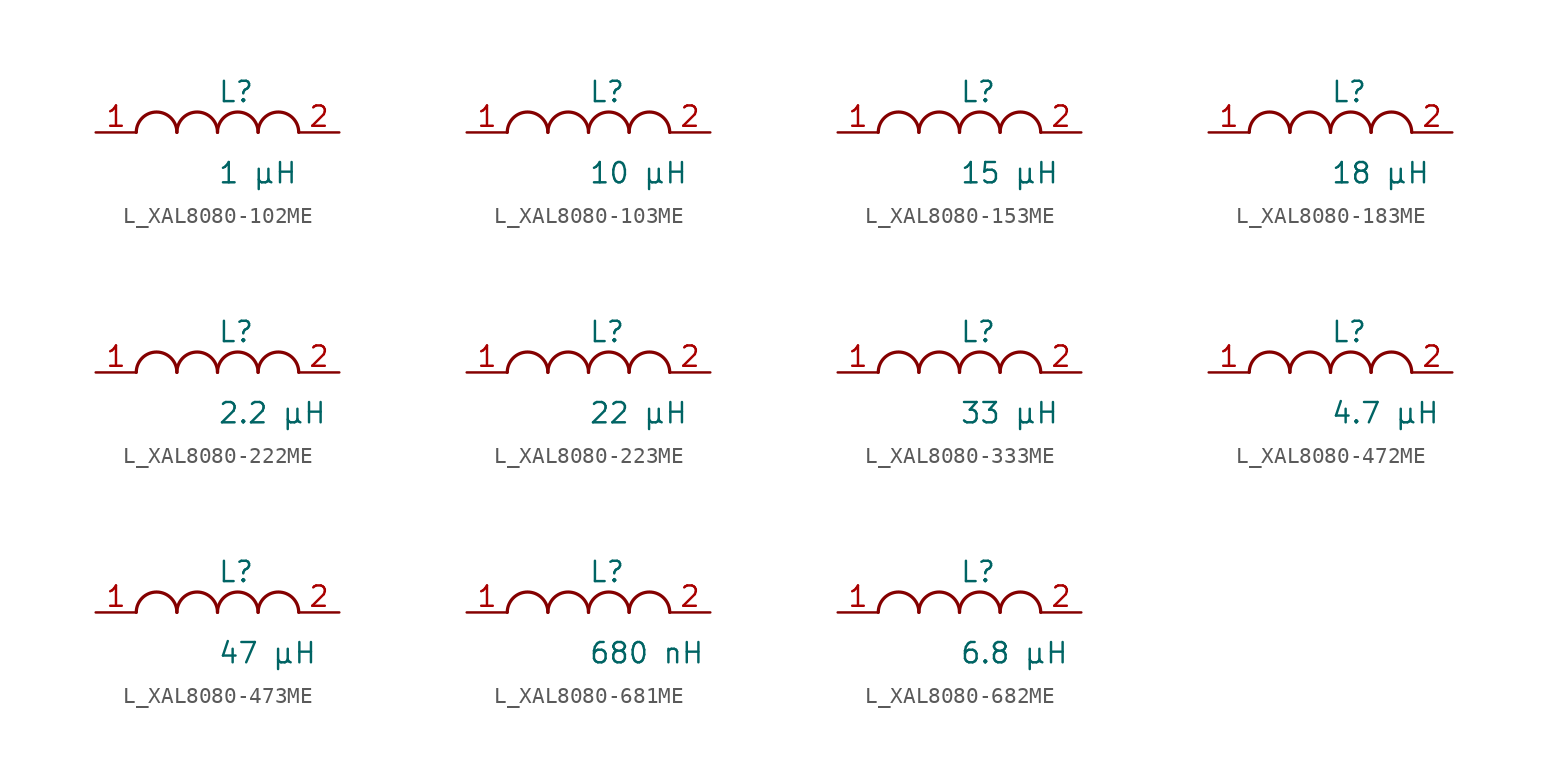
<source format=kicad_sym>
(kicad_symbol_lib
  (version 20231120)
  (generator "kicad_symbol_editor")
  (generator_version "8.0")
  (symbol "L_XAL8080-102ME"
    (pin_names
      (offset 0.254))
    (property "Value" "1 µH"
      (at 0 -2.54 0)
      (effects (font (size 1.27 1.27)) (justify left)))
    (property "Reference" "L"
      (at 0 2.54 0)
      (effects (font (size 1.27 1.27)) (justify left)))
    (symbol "L_XAL8080-102ME_1_1"
      (arc (start -2.54 0.0056) (mid -3.81 1.27) (end -5.08 0.0056) (stroke (width 0.2032) (type default)) (fill (type none)))
      (arc (start 0 0.0056) (mid -1.27 1.27) (end -2.54 0.0056) (stroke (width 0.2032) (type default)) (fill (type none)))
      (arc (start 2.54 0.0056) (mid 1.27 1.27) (end 0 0.0056) (stroke (width 0.2032) (type default)) (fill (type none)))
      (arc (start 5.08 0.0056) (mid 3.81 1.27) (end 2.54 0.0056) (stroke (width 0.2032) (type default)) (fill (type none)))
      (pin unspecified line (at -7.62 0 0) (length 2.54) (name "" (effects (font (size 1.27 1.27)))) (number "1" (effects (font (size 1.27 1.27)))))
      (pin unspecified line (at 7.62 0 180) (length 2.54) (name "" (effects (font (size 1.27 1.27)))) (number "2" (effects (font (size 1.27 1.27)))))))
  (symbol "L_XAL8080-103ME"
    (pin_names
      (offset 0.254))
    (property "Value" "10 µH"
      (at 0 -2.54 0)
      (effects (font (size 1.27 1.27)) (justify left)))
    (property "Reference" "L"
      (at 0 2.54 0)
      (effects (font (size 1.27 1.27)) (justify left)))
    (symbol "L_XAL8080-103ME_1_1"
      (arc (start -2.54 0.0056) (mid -3.81 1.27) (end -5.08 0.0056) (stroke (width 0.2032) (type default)) (fill (type none)))
      (arc (start 0 0.0056) (mid -1.27 1.27) (end -2.54 0.0056) (stroke (width 0.2032) (type default)) (fill (type none)))
      (arc (start 2.54 0.0056) (mid 1.27 1.27) (end 0 0.0056) (stroke (width 0.2032) (type default)) (fill (type none)))
      (arc (start 5.08 0.0056) (mid 3.81 1.27) (end 2.54 0.0056) (stroke (width 0.2032) (type default)) (fill (type none)))
      (pin unspecified line (at -7.62 0 0) (length 2.54) (name "" (effects (font (size 1.27 1.27)))) (number "1" (effects (font (size 1.27 1.27)))))
      (pin unspecified line (at 7.62 0 180) (length 2.54) (name "" (effects (font (size 1.27 1.27)))) (number "2" (effects (font (size 1.27 1.27)))))))
  (symbol "L_XAL8080-153ME"
    (pin_names
      (offset 0.254))
    (property "Value" "15 µH"
      (at 0 -2.54 0)
      (effects (font (size 1.27 1.27)) (justify left)))
    (property "Reference" "L"
      (at 0 2.54 0)
      (effects (font (size 1.27 1.27)) (justify left)))
    (symbol "L_XAL8080-153ME_1_1"
      (arc (start -2.54 0.0056) (mid -3.81 1.27) (end -5.08 0.0056) (stroke (width 0.2032) (type default)) (fill (type none)))
      (arc (start 0 0.0056) (mid -1.27 1.27) (end -2.54 0.0056) (stroke (width 0.2032) (type default)) (fill (type none)))
      (arc (start 2.54 0.0056) (mid 1.27 1.27) (end 0 0.0056) (stroke (width 0.2032) (type default)) (fill (type none)))
      (arc (start 5.08 0.0056) (mid 3.81 1.27) (end 2.54 0.0056) (stroke (width 0.2032) (type default)) (fill (type none)))
      (pin unspecified line (at -7.62 0 0) (length 2.54) (name "" (effects (font (size 1.27 1.27)))) (number "1" (effects (font (size 1.27 1.27)))))
      (pin unspecified line (at 7.62 0 180) (length 2.54) (name "" (effects (font (size 1.27 1.27)))) (number "2" (effects (font (size 1.27 1.27)))))))
  (symbol "L_XAL8080-183ME"
    (pin_names
      (offset 0.254))
    (property "Value" "18 µH"
      (at 0 -2.54 0)
      (effects (font (size 1.27 1.27)) (justify left)))
    (property "Reference" "L"
      (at 0 2.54 0)
      (effects (font (size 1.27 1.27)) (justify left)))
    (symbol "L_XAL8080-183ME_1_1"
      (arc (start -2.54 0.0056) (mid -3.81 1.27) (end -5.08 0.0056) (stroke (width 0.2032) (type default)) (fill (type none)))
      (arc (start 0 0.0056) (mid -1.27 1.27) (end -2.54 0.0056) (stroke (width 0.2032) (type default)) (fill (type none)))
      (arc (start 2.54 0.0056) (mid 1.27 1.27) (end 0 0.0056) (stroke (width 0.2032) (type default)) (fill (type none)))
      (arc (start 5.08 0.0056) (mid 3.81 1.27) (end 2.54 0.0056) (stroke (width 0.2032) (type default)) (fill (type none)))
      (pin unspecified line (at -7.62 0 0) (length 2.54) (name "" (effects (font (size 1.27 1.27)))) (number "1" (effects (font (size 1.27 1.27)))))
      (pin unspecified line (at 7.62 0 180) (length 2.54) (name "" (effects (font (size 1.27 1.27)))) (number "2" (effects (font (size 1.27 1.27)))))))
  (symbol "L_XAL8080-222ME"
    (pin_names
      (offset 0.254))
    (property "Value" "2.2 µH"
      (at 0 -2.54 0)
      (effects (font (size 1.27 1.27)) (justify left)))
    (property "Reference" "L"
      (at 0 2.54 0)
      (effects (font (size 1.27 1.27)) (justify left)))
    (symbol "L_XAL8080-222ME_1_1"
      (arc (start -2.54 0.0056) (mid -3.81 1.27) (end -5.08 0.0056) (stroke (width 0.2032) (type default)) (fill (type none)))
      (arc (start 0 0.0056) (mid -1.27 1.27) (end -2.54 0.0056) (stroke (width 0.2032) (type default)) (fill (type none)))
      (arc (start 2.54 0.0056) (mid 1.27 1.27) (end 0 0.0056) (stroke (width 0.2032) (type default)) (fill (type none)))
      (arc (start 5.08 0.0056) (mid 3.81 1.27) (end 2.54 0.0056) (stroke (width 0.2032) (type default)) (fill (type none)))
      (pin unspecified line (at -7.62 0 0) (length 2.54) (name "" (effects (font (size 1.27 1.27)))) (number "1" (effects (font (size 1.27 1.27)))))
      (pin unspecified line (at 7.62 0 180) (length 2.54) (name "" (effects (font (size 1.27 1.27)))) (number "2" (effects (font (size 1.27 1.27)))))))
  (symbol "L_XAL8080-223ME"
    (pin_names
      (offset 0.254))
    (property "Value" "22 µH"
      (at 0 -2.54 0)
      (effects (font (size 1.27 1.27)) (justify left)))
    (property "Reference" "L"
      (at 0 2.54 0)
      (effects (font (size 1.27 1.27)) (justify left)))
    (symbol "L_XAL8080-223ME_1_1"
      (arc (start -2.54 0.0056) (mid -3.81 1.27) (end -5.08 0.0056) (stroke (width 0.2032) (type default)) (fill (type none)))
      (arc (start 0 0.0056) (mid -1.27 1.27) (end -2.54 0.0056) (stroke (width 0.2032) (type default)) (fill (type none)))
      (arc (start 2.54 0.0056) (mid 1.27 1.27) (end 0 0.0056) (stroke (width 0.2032) (type default)) (fill (type none)))
      (arc (start 5.08 0.0056) (mid 3.81 1.27) (end 2.54 0.0056) (stroke (width 0.2032) (type default)) (fill (type none)))
      (pin unspecified line (at -7.62 0 0) (length 2.54) (name "" (effects (font (size 1.27 1.27)))) (number "1" (effects (font (size 1.27 1.27)))))
      (pin unspecified line (at 7.62 0 180) (length 2.54) (name "" (effects (font (size 1.27 1.27)))) (number "2" (effects (font (size 1.27 1.27)))))))
  (symbol "L_XAL8080-333ME"
    (pin_names
      (offset 0.254))
    (property "Value" "33 µH"
      (at 0 -2.54 0)
      (effects (font (size 1.27 1.27)) (justify left)))
    (property "Reference" "L"
      (at 0 2.54 0)
      (effects (font (size 1.27 1.27)) (justify left)))
    (symbol "L_XAL8080-333ME_1_1"
      (arc (start -2.54 0.0056) (mid -3.81 1.27) (end -5.08 0.0056) (stroke (width 0.2032) (type default)) (fill (type none)))
      (arc (start 0 0.0056) (mid -1.27 1.27) (end -2.54 0.0056) (stroke (width 0.2032) (type default)) (fill (type none)))
      (arc (start 2.54 0.0056) (mid 1.27 1.27) (end 0 0.0056) (stroke (width 0.2032) (type default)) (fill (type none)))
      (arc (start 5.08 0.0056) (mid 3.81 1.27) (end 2.54 0.0056) (stroke (width 0.2032) (type default)) (fill (type none)))
      (pin unspecified line (at -7.62 0 0) (length 2.54) (name "" (effects (font (size 1.27 1.27)))) (number "1" (effects (font (size 1.27 1.27)))))
      (pin unspecified line (at 7.62 0 180) (length 2.54) (name "" (effects (font (size 1.27 1.27)))) (number "2" (effects (font (size 1.27 1.27)))))))
  (symbol "L_XAL8080-472ME"
    (pin_names
      (offset 0.254))
    (property "Value" "4.7 µH"
      (at 0 -2.54 0)
      (effects (font (size 1.27 1.27)) (justify left)))
    (property "Reference" "L"
      (at 0 2.54 0)
      (effects (font (size 1.27 1.27)) (justify left)))
    (symbol "L_XAL8080-472ME_1_1"
      (arc (start -2.54 0.0056) (mid -3.81 1.27) (end -5.08 0.0056) (stroke (width 0.2032) (type default)) (fill (type none)))
      (arc (start 0 0.0056) (mid -1.27 1.27) (end -2.54 0.0056) (stroke (width 0.2032) (type default)) (fill (type none)))
      (arc (start 2.54 0.0056) (mid 1.27 1.27) (end 0 0.0056) (stroke (width 0.2032) (type default)) (fill (type none)))
      (arc (start 5.08 0.0056) (mid 3.81 1.27) (end 2.54 0.0056) (stroke (width 0.2032) (type default)) (fill (type none)))
      (pin unspecified line (at -7.62 0 0) (length 2.54) (name "" (effects (font (size 1.27 1.27)))) (number "1" (effects (font (size 1.27 1.27)))))
      (pin unspecified line (at 7.62 0 180) (length 2.54) (name "" (effects (font (size 1.27 1.27)))) (number "2" (effects (font (size 1.27 1.27)))))))
  (symbol "L_XAL8080-473ME"
    (pin_names
      (offset 0.254))
    (property "Value" "47 µH"
      (at 0 -2.54 0)
      (effects (font (size 1.27 1.27)) (justify left)))
    (property "Reference" "L"
      (at 0 2.54 0)
      (effects (font (size 1.27 1.27)) (justify left)))
    (symbol "L_XAL8080-473ME_1_1"
      (arc (start -2.54 0.0056) (mid -3.81 1.27) (end -5.08 0.0056) (stroke (width 0.2032) (type default)) (fill (type none)))
      (arc (start 0 0.0056) (mid -1.27 1.27) (end -2.54 0.0056) (stroke (width 0.2032) (type default)) (fill (type none)))
      (arc (start 2.54 0.0056) (mid 1.27 1.27) (end 0 0.0056) (stroke (width 0.2032) (type default)) (fill (type none)))
      (arc (start 5.08 0.0056) (mid 3.81 1.27) (end 2.54 0.0056) (stroke (width 0.2032) (type default)) (fill (type none)))
      (pin unspecified line (at -7.62 0 0) (length 2.54) (name "" (effects (font (size 1.27 1.27)))) (number "1" (effects (font (size 1.27 1.27)))))
      (pin unspecified line (at 7.62 0 180) (length 2.54) (name "" (effects (font (size 1.27 1.27)))) (number "2" (effects (font (size 1.27 1.27)))))))
  (symbol "L_XAL8080-681ME"
    (pin_names
      (offset 0.254))
    (property "Value" "680 nH"
      (at 0 -2.54 0)
      (effects (font (size 1.27 1.27)) (justify left)))
    (property "Reference" "L"
      (at 0 2.54 0)
      (effects (font (size 1.27 1.27)) (justify left)))
    (symbol "L_XAL8080-681ME_1_1"
      (arc (start -2.54 0.0056) (mid -3.81 1.27) (end -5.08 0.0056) (stroke (width 0.2032) (type default)) (fill (type none)))
      (arc (start 0 0.0056) (mid -1.27 1.27) (end -2.54 0.0056) (stroke (width 0.2032) (type default)) (fill (type none)))
      (arc (start 2.54 0.0056) (mid 1.27 1.27) (end 0 0.0056) (stroke (width 0.2032) (type default)) (fill (type none)))
      (arc (start 5.08 0.0056) (mid 3.81 1.27) (end 2.54 0.0056) (stroke (width 0.2032) (type default)) (fill (type none)))
      (pin unspecified line (at -7.62 0 0) (length 2.54) (name "" (effects (font (size 1.27 1.27)))) (number "1" (effects (font (size 1.27 1.27)))))
      (pin unspecified line (at 7.62 0 180) (length 2.54) (name "" (effects (font (size 1.27 1.27)))) (number "2" (effects (font (size 1.27 1.27)))))))
  (symbol "L_XAL8080-682ME"
    (pin_names
      (offset 0.254))
    (property "Value" "6.8 µH"
      (at 0 -2.54 0)
      (effects (font (size 1.27 1.27)) (justify left)))
    (property "Reference" "L"
      (at 0 2.54 0)
      (effects (font (size 1.27 1.27)) (justify left)))
    (symbol "L_XAL8080-682ME_1_1"
      (arc (start -2.54 0.0056) (mid -3.81 1.27) (end -5.08 0.0056) (stroke (width 0.2032) (type default)) (fill (type none)))
      (arc (start 0 0.0056) (mid -1.27 1.27) (end -2.54 0.0056) (stroke (width 0.2032) (type default)) (fill (type none)))
      (arc (start 2.54 0.0056) (mid 1.27 1.27) (end 0 0.0056) (stroke (width 0.2032) (type default)) (fill (type none)))
      (arc (start 5.08 0.0056) (mid 3.81 1.27) (end 2.54 0.0056) (stroke (width 0.2032) (type default)) (fill (type none)))
      (pin unspecified line (at -7.62 0 0) (length 2.54) (name "" (effects (font (size 1.27 1.27)))) (number "1" (effects (font (size 1.27 1.27)))))
      (pin unspecified line (at 7.62 0 180) (length 2.54) (name "" (effects (font (size 1.27 1.27)))) (number "2" (effects (font (size 1.27 1.27))))))))
</source>
